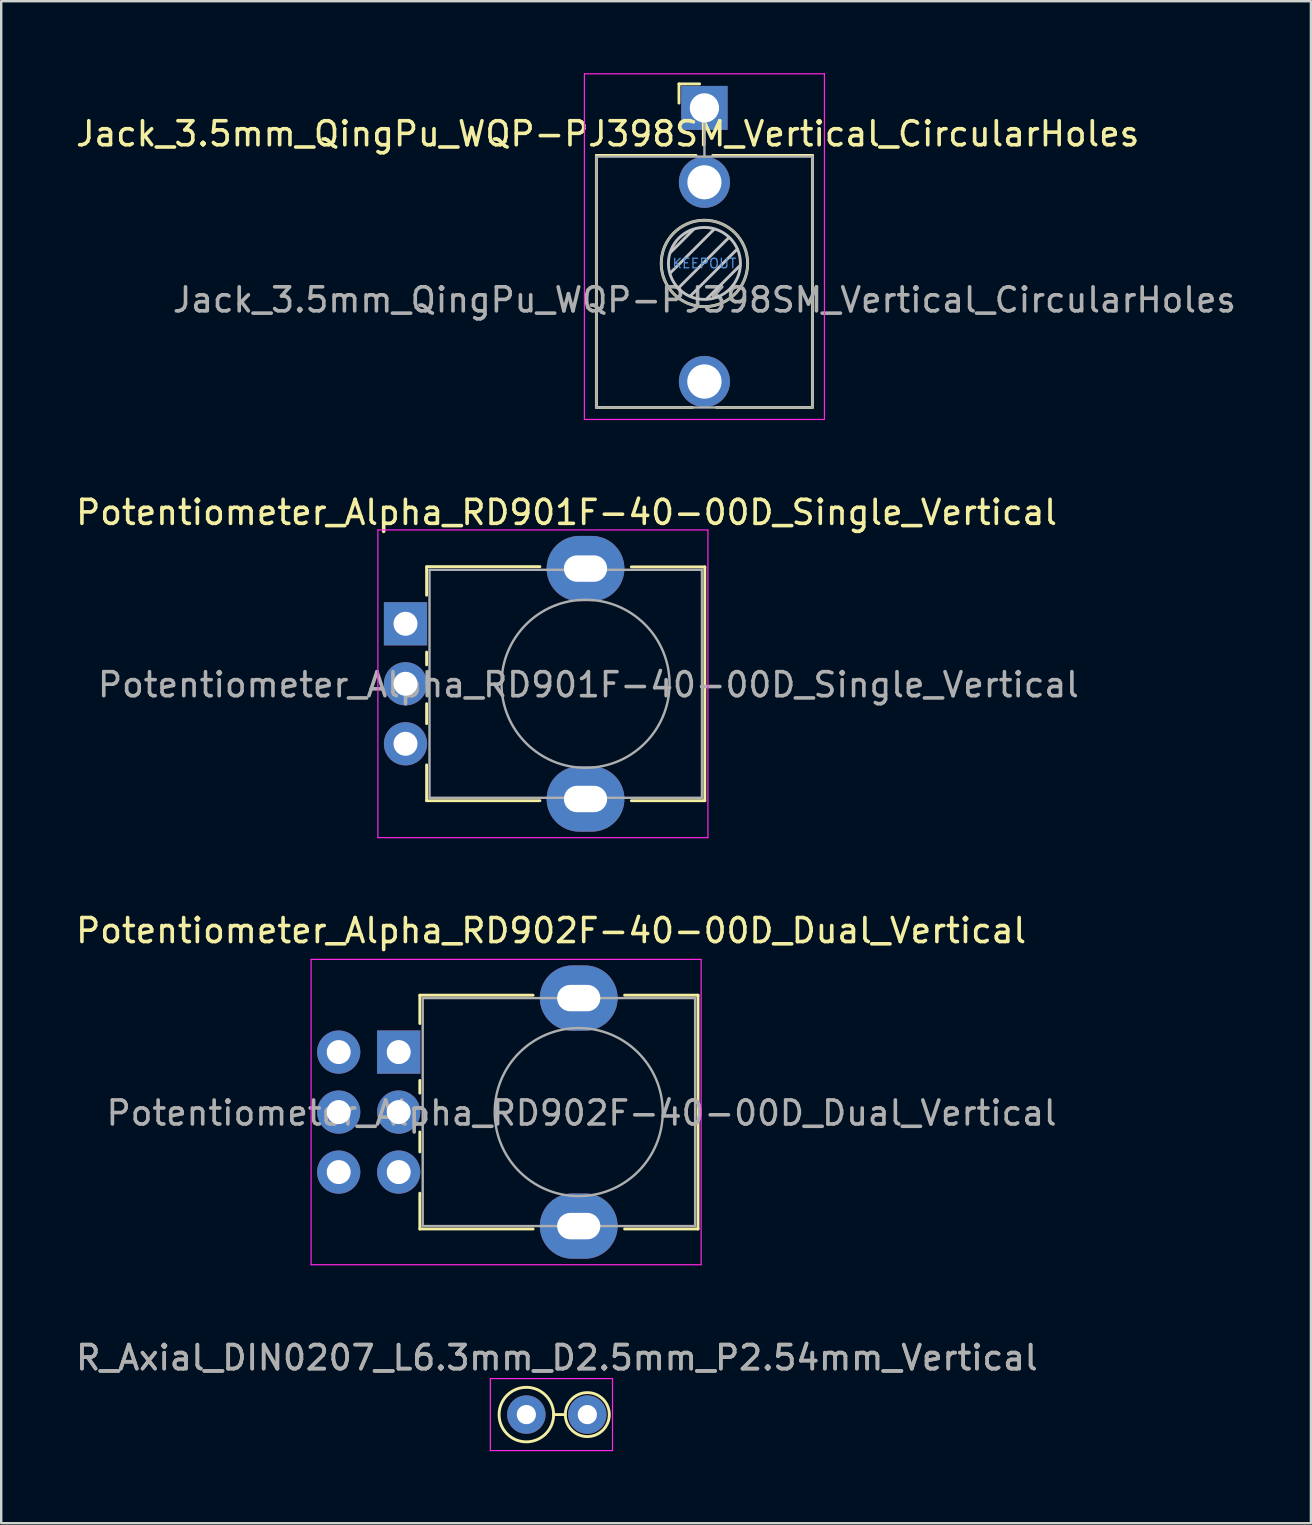
<source format=kicad_pcb>
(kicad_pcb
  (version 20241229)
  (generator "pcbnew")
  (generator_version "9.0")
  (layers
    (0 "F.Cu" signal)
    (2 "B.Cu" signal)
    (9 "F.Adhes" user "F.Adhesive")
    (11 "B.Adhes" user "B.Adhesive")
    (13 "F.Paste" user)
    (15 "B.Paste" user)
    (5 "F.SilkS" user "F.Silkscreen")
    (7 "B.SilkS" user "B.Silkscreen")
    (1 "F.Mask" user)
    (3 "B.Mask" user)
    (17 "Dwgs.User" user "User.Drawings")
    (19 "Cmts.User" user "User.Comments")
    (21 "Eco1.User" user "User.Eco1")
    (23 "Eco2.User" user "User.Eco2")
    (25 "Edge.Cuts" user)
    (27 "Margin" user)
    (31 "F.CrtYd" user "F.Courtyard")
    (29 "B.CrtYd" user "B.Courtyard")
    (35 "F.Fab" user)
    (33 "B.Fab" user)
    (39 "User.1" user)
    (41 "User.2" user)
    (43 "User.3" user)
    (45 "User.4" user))
  (footprint "Jack_3.5mm_QingPu_WQP-PJ398SM_Vertical_CircularHoles"
    (layer "F.Cu")
    (at 26.298 7.925)
    (property "Reference" "Jack_3.5mm_QingPu_WQP-PJ398SM_Vertical_CircularHoles" (at -4.03 -5.4 180) (layer "F.SilkS") (effects (font (size 1 1) (thickness 0.15))))
    (attr through_hole)
    (fp_line (start -4.5 -4.5) (end -4.5 6) (stroke (width 0.12) (type solid)) (layer "F.SilkS"))
    (fp_line (start -1.06 -7.48) (end -1.06 -6.68) (stroke (width 0.12) (type solid)) (layer "F.SilkS"))
    (fp_line (start -1.06 -7.48) (end -0.2 -7.48) (stroke (width 0.12) (type solid)) (layer "F.SilkS"))
    (fp_line (start -0.5 6) (end -4.5 6) (stroke (width 0.12) (type solid)) (layer "F.SilkS"))
    (fp_line (start -0.35 -4.5) (end -4.5 -4.5) (stroke (width 0.12) (type solid)) (layer "F.SilkS"))
    (fp_line (start 4.5 -4.5) (end 0.35 -4.5) (stroke (width 0.12) (type solid)) (layer "F.SilkS"))
    (fp_line (start 4.5 -4.5) (end 4.5 6) (stroke (width 0.12) (type solid)) (layer "F.SilkS"))
    (fp_line (start 4.5 6) (end 0.5 6) (stroke (width 0.12) (type solid)) (layer "F.SilkS"))
    (fp_circle (center 0 0) (end 1.8 0) (stroke (width 0.12) (type solid)) (fill no) (layer "F.SilkS"))
    (fp_line (start -1.42 0.395) (end 0.4 -1.42) (stroke (width 0.12) (type solid)) (layer "Dwgs.User"))
    (fp_line (start -1.41 -0.46) (end -0.46 -1.41) (stroke (width 0.12) (type solid)) (layer "Dwgs.User"))
    (fp_line (start -1.07 1.01) (end 1.01 -1.07) (stroke (width 0.12) (type solid)) (layer "Dwgs.User"))
    (fp_line (start -0.58 1.35) (end 1.36 -0.59) (stroke (width 0.12) (type solid)) (layer "Dwgs.User"))
    (fp_line (start 0.09 1.48) (end 1.48 0.09) (stroke (width 0.12) (type solid)) (layer "Dwgs.User"))
    (fp_circle (center 0 0) (end 1.5 0) (stroke (width 0.12) (type solid)) (fill no) (layer "Dwgs.User"))
    (fp_line (start -5 6.5) (end -5 -7.9) (stroke (width 0.05) (type solid)) (layer "F.CrtYd"))
    (fp_line (start 5 -7.9) (end -5 -7.9) (stroke (width 0.05) (type solid)) (layer "F.CrtYd"))
    (fp_line (start 5 6.5) (end -5 6.5) (stroke (width 0.05) (type solid)) (layer "F.CrtYd"))
    (fp_line (start 5 6.5) (end 5 -7.9) (stroke (width 0.05) (type solid)) (layer "F.CrtYd"))
    (fp_line (start -4.5 6) (end -4.5 -4.4) (stroke (width 0.1) (type solid)) (layer "F.Fab"))
    (fp_line (start 0 -6.48) (end 0 -4.45) (stroke (width 0.1) (type solid)) (layer "F.Fab"))
    (fp_line (start 4.5 -4.45) (end -4.5 -4.45) (stroke (width 0.1) (type solid)) (layer "F.Fab"))
    (fp_line (start 4.5 6) (end -4.5 6) (stroke (width 0.1) (type solid)) (layer "F.Fab"))
    (fp_line (start 4.5 6) (end 4.5 -4.4) (stroke (width 0.1) (type solid)) (layer "F.Fab"))
    (fp_circle (center 0 0) (end 1.8 0) (stroke (width 0.1) (type solid)) (fill no) (layer "F.Fab"))
    (fp_text user "KEEPOUT" (at 0 0 0) (layer "Cmts.User") (effects (font (size 0.4 0.4) (thickness 0.051))))
    (fp_text user "${REFERENCE}" (at 0 1.52 180) (layer "F.Fab") (effects (font (size 1 1) (thickness 0.15))))
    (pad "S" thru_hole rect (at 0 -6.48 180) (size 1.93 1.83) (drill 1.22) (layers "*.Cu" "*.Mask"))
    (pad "T" thru_hole circle (at 0 4.92 180) (size 2.13 2.13) (drill 1.43) (layers "*.Cu" "*.Mask"))
    (pad "TN" thru_hole circle (at 0 -3.38 180) (size 2.13 2.13) (drill 1.42) (layers "*.Cu" "*.Mask")))
  (footprint "Potentiometer_Alpha_RD902F-40-00D_Dual_Vertical"
    (layer "F.Cu")
    (at 13.561 40.782)
    (property "Reference" "Potentiometer_Alpha_RD902F-40-00D_Dual_Vertical" (at 6.35 -5.06 180) (layer "F.SilkS") (effects (font (size 1 1) (thickness 0.15))))
    (attr through_hole)
    (fp_line (start 0.88 -2.37) (end 5.6 -2.37) (stroke (width 0.12) (type solid)) (layer "F.SilkS"))
    (fp_line (start 0.88 -1.19) (end 0.88 -2.37) (stroke (width 0.12) (type solid)) (layer "F.SilkS"))
    (fp_line (start 0.88 1.71) (end 0.88 1.18) (stroke (width 0.12) (type solid)) (layer "F.SilkS"))
    (fp_line (start 0.88 4.16) (end 0.88 3.33) (stroke (width 0.12) (type solid)) (layer "F.SilkS"))
    (fp_line (start 0.88 7.37) (end 0.88 5.88) (stroke (width 0.12) (type solid)) (layer "F.SilkS"))
    (fp_line (start 0.88 7.37) (end 5.6 7.37) (stroke (width 0.12) (type solid)) (layer "F.SilkS"))
    (fp_line (start 9.41 -2.37) (end 12.47 -2.37) (stroke (width 0.12) (type solid)) (layer "F.SilkS"))
    (fp_line (start 9.41 7.37) (end 12.47 7.37) (stroke (width 0.12) (type solid)) (layer "F.SilkS"))
    (fp_line (start 12.47 7.37) (end 12.47 -2.37) (stroke (width 0.12) (type solid)) (layer "F.SilkS"))
    (fp_line (start -3.65 -3.86) (end -3.65 8.86) (stroke (width 0.05) (type solid)) (layer "F.CrtYd"))
    (fp_line (start -3.65 8.86) (end 12.6 8.86) (stroke (width 0.05) (type solid)) (layer "F.CrtYd"))
    (fp_line (start 12.6 -3.86) (end -3.65 -3.86) (stroke (width 0.05) (type solid)) (layer "F.CrtYd"))
    (fp_line (start 12.6 8.86) (end 12.6 -3.86) (stroke (width 0.05) (type solid)) (layer "F.CrtYd"))
    (fp_line (start 1 -2.25) (end 12.35 -2.25) (stroke (width 0.1) (type solid)) (layer "F.Fab"))
    (fp_line (start 1 7.25) (end 1 -2.25) (stroke (width 0.1) (type solid)) (layer "F.Fab"))
    (fp_line (start 1 7.25) (end 12.35 7.25) (stroke (width 0.1) (type solid)) (layer "F.Fab"))
    (fp_line (start 12.35 7.25) (end 12.35 -2.25) (stroke (width 0.1) (type solid)) (layer "F.Fab"))
    (fp_circle (center 7.5 2.5) (end 7.5 -1) (stroke (width 0.1) (type solid)) (fill no) (layer "F.Fab"))
    (fp_text user "${REFERENCE}" (at 7.62 2.54 0) (layer "F.Fab") (effects (font (size 1 1) (thickness 0.15))))
    (pad "" thru_hole oval (at 7.5 -2.25 90) (size 2.72 3.24) (drill oval 1.1 1.8) (layers "*.Cu" "*.Mask"))
    (pad "" thru_hole oval (at 7.5 7.25 90) (size 2.72 3.24) (drill oval 1.1 1.8) (layers "*.Cu" "*.Mask"))
    (pad "1" thru_hole rect (at 0 0 90) (size 1.8 1.8) (drill 1) (layers "*.Cu" "*.Mask"))
    (pad "2" thru_hole circle (at 0 2.5 90) (size 1.8 1.8) (drill 1) (layers "*.Cu" "*.Mask"))
    (pad "3" thru_hole circle (at 0 5 90) (size 1.8 1.8) (drill 1) (layers "*.Cu" "*.Mask"))
    (pad "4" thru_hole circle (at -2.5 0 90) (size 1.8 1.8) (drill 1) (layers "*.Cu" "*.Mask"))
    (pad "5" thru_hole circle (at -2.5 2.5 90) (size 1.8 1.8) (drill 1) (layers "*.Cu" "*.Mask"))
    (pad "6" thru_hole circle (at -2.5 5 90) (size 1.8 1.8) (drill 1) (layers "*.Cu" "*.Mask")))
  (footprint "R_Axial_DIN0207_L6.3mm_D2.5mm_P2.54mm_Vertical"
    (layer "F.Cu")
    (at 18.879 55.885)
    (property "Reference" "R_Axial_DIN0207_L6.3mm_D2.5mm_P2.54mm_Vertical" (at 1.27 -2.37 0) (layer "F.Fab") (effects (font (size 1 1) (thickness 0.15))))
    (attr through_hole)
    (fp_line (start 1.136 0) (end 1.624 0) (stroke (width 0.12) (type solid)) (layer "F.SilkS"))
    (fp_circle (center 0 0) (end 1.016 -0.508) (stroke (width 0.12) (type solid)) (fill no) (layer "F.SilkS"))
    (fp_circle (center 2.54 0) (end 3.048 -0.762) (stroke (width 0.12) (type solid)) (fill no) (layer "F.SilkS"))
    (fp_line (start -1.5 -1.5) (end -1.5 1.5) (stroke (width 0.05) (type solid)) (layer "F.CrtYd"))
    (fp_line (start -1.5 1.5) (end 3.59 1.5) (stroke (width 0.05) (type solid)) (layer "F.CrtYd"))
    (fp_line (start 3.59 -1.5) (end -1.5 -1.5) (stroke (width 0.05) (type solid)) (layer "F.CrtYd"))
    (fp_line (start 3.59 1.5) (end 3.59 -1.5) (stroke (width 0.05) (type solid)) (layer "F.CrtYd"))
    (fp_text user "${REFERENCE}" (at 1.27 -2.37 0) (layer "F.Fab") (effects (font (size 1 1) (thickness 0.15))))
    (pad "1" thru_hole circle (at 0 0) (size 1.6 1.6) (drill 0.8) (layers "*.Cu" "*.Mask"))
    (pad "2" thru_hole oval (at 2.54 0) (size 1.6 1.6) (drill 0.8) (layers "*.Cu" "*.Mask")))
  (footprint "Potentiometer_Alpha_RD901F-40-00D_Single_Vertical"
    (layer "F.Cu")
    (at 13.844 22.938)
    (property "Reference" "Potentiometer_Alpha_RD901F-40-00D_Single_Vertical" (at 6.71 -4.64 180) (layer "F.SilkS") (effects (font (size 1 1) (thickness 0.15))))
    (attr through_hole)
    (fp_line (start 0.88 -2.38) (end 5.6 -2.38) (stroke (width 0.12) (type solid)) (layer "F.SilkS"))
    (fp_line (start 0.88 -1.19) (end 0.88 -2.37) (stroke (width 0.12) (type solid)) (layer "F.SilkS"))
    (fp_line (start 0.88 1.71) (end 0.88 1.18) (stroke (width 0.12) (type solid)) (layer "F.SilkS"))
    (fp_line (start 0.88 4.16) (end 0.88 3.33) (stroke (width 0.12) (type solid)) (layer "F.SilkS"))
    (fp_line (start 0.88 7.37) (end 0.88 5.88) (stroke (width 0.12) (type solid)) (layer "F.SilkS"))
    (fp_line (start 0.88 7.37) (end 5.6 7.37) (stroke (width 0.12) (type solid)) (layer "F.SilkS"))
    (fp_line (start 9.41 -2.37) (end 12.47 -2.37) (stroke (width 0.12) (type solid)) (layer "F.SilkS"))
    (fp_line (start 9.41 7.37) (end 12.47 7.37) (stroke (width 0.12) (type solid)) (layer "F.SilkS"))
    (fp_line (start 12.47 7.37) (end 12.47 -2.37) (stroke (width 0.12) (type solid)) (layer "F.SilkS"))
    (fp_line (start -1.15 -3.91) (end -1.15 8.91) (stroke (width 0.05) (type solid)) (layer "F.CrtYd"))
    (fp_line (start -1.15 8.91) (end 12.6 8.91) (stroke (width 0.05) (type solid)) (layer "F.CrtYd"))
    (fp_line (start 12.6 -3.91) (end -1.15 -3.91) (stroke (width 0.05) (type solid)) (layer "F.CrtYd"))
    (fp_line (start 12.6 8.91) (end 12.6 -3.91) (stroke (width 0.05) (type solid)) (layer "F.CrtYd"))
    (fp_line (start 1 -2.25) (end 12.35 -2.25) (stroke (width 0.1) (type solid)) (layer "F.Fab"))
    (fp_line (start 1 7.25) (end 1 -2.25) (stroke (width 0.1) (type solid)) (layer "F.Fab"))
    (fp_line (start 1 7.25) (end 12.35 7.25) (stroke (width 0.1) (type solid)) (layer "F.Fab"))
    (fp_line (start 12.35 7.25) (end 12.35 -2.25) (stroke (width 0.1) (type solid)) (layer "F.Fab"))
    (fp_circle (center 7.5 2.5) (end 7.5 -1) (stroke (width 0.1) (type solid)) (fill no) (layer "F.Fab"))
    (fp_text user "${REFERENCE}" (at 7.62 2.54 0) (layer "F.Fab") (effects (font (size 1 1) (thickness 0.15))))
    (pad "" thru_hole oval (at 7.5 -2.3 90) (size 2.72 3.24) (drill oval 1.1 1.8) (layers "*.Cu" "*.Mask"))
    (pad "" thru_hole oval (at 7.5 7.3 90) (size 2.72 3.24) (drill oval 1.1 1.8) (layers "*.Cu" "*.Mask"))
    (pad "1" thru_hole rect (at 0 0 90) (size 1.8 1.8) (drill 1) (layers "*.Cu" "*.Mask"))
    (pad "2" thru_hole circle (at 0 2.5 90) (size 1.8 1.8) (drill 1) (layers "*.Cu" "*.Mask"))
    (pad "3" thru_hole circle (at 0 5 90) (size 1.8 1.8) (drill 1) (layers "*.Cu" "*.Mask")))
  (gr_rect
    (start -3 -3)
    (end 51.566 60.41)
    (stroke (width 0.1) (type default))
    (fill no)
    (layer "Edge.Cuts")))
</source>
